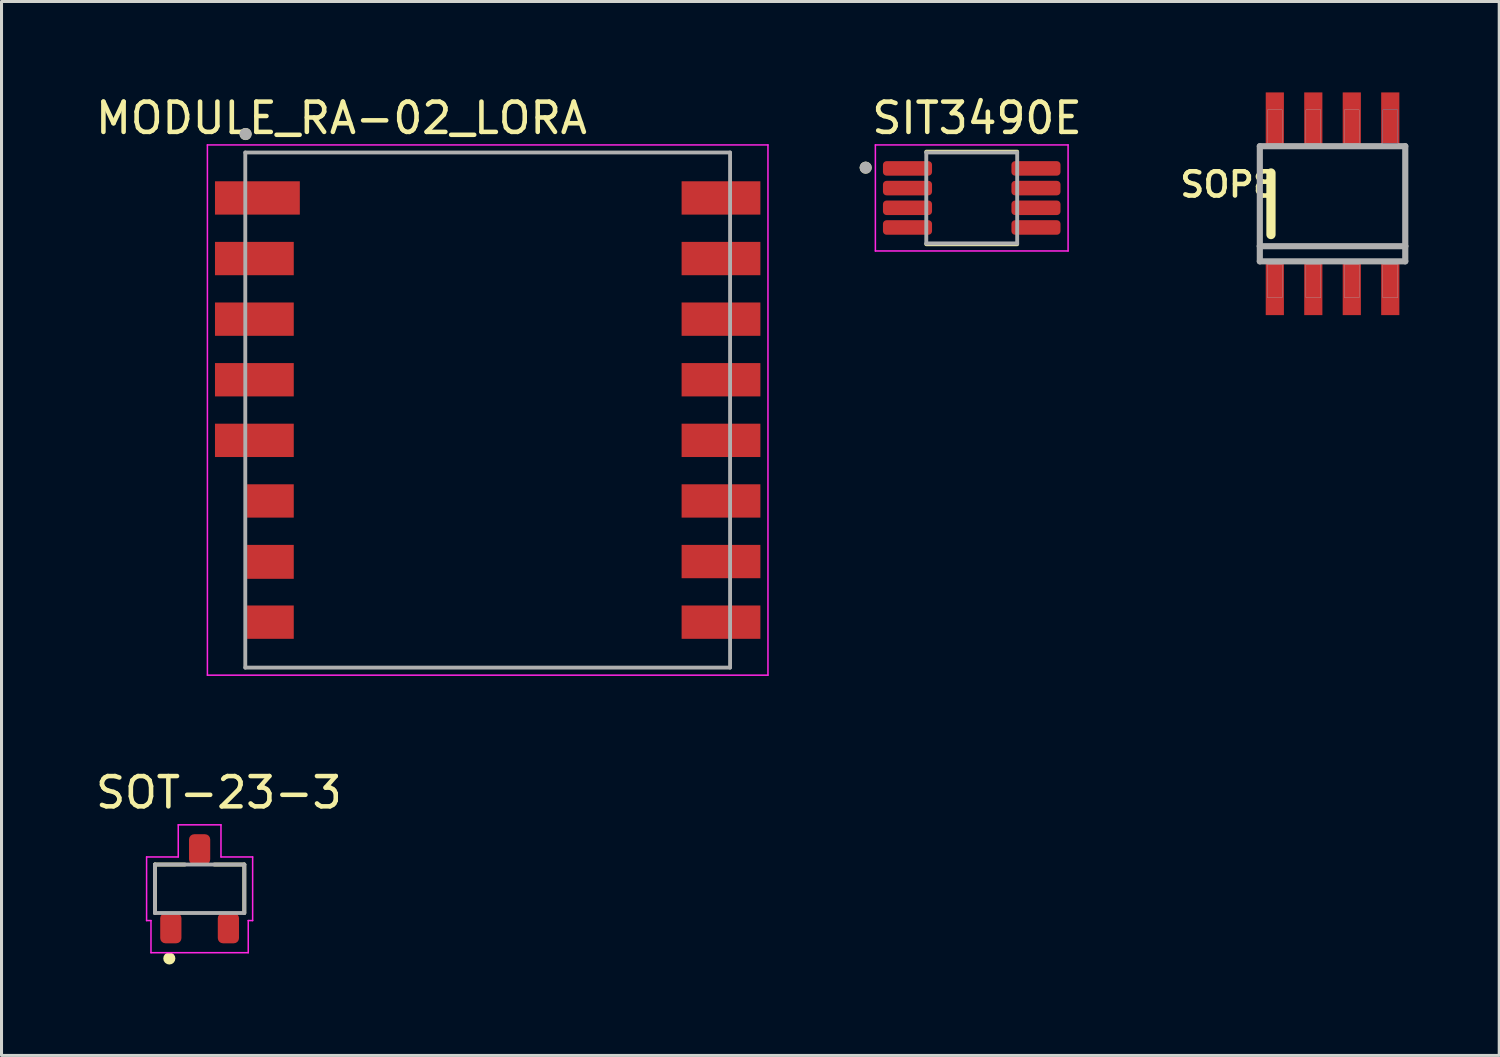
<source format=kicad_pcb>
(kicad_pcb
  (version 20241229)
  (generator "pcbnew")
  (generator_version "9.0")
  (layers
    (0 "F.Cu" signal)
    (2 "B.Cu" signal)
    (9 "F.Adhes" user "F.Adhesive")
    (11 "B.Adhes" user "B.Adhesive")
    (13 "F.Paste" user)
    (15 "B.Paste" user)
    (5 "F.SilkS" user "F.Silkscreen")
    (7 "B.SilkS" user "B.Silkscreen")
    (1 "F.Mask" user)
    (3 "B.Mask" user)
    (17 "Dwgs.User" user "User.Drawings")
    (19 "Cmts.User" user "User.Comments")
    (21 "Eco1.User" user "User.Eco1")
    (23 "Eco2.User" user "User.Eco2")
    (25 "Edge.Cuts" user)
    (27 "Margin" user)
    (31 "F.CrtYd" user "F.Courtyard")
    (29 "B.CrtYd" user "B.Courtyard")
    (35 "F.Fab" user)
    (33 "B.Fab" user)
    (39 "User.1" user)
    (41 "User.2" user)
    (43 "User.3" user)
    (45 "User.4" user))
  (footprint "SOP8"
    (layer "F.Cu")
    (at 40.928 3.675)
    (property "Reference" "SOP8" (at -3.429 -0.635 180) (layer "F.SilkS") (effects (font (size 0.8 0.8) (thickness 0.15))))
    (attr smd)
    (fp_line (start -2.032 1.016) (end -2.032 -1.016) (stroke (width 0.305) (type solid)) (layer "F.SilkS"))
    (fp_poly (pts (xy 2.15 -2) (xy 1.66 -2) (xy 1.66 -3.1) (xy 2.15 -3.1)) (stroke (width 0.01) (type solid)) (fill no) (layer "B.Fab"))
    (fp_line (start -2.4 -1.9) (end 2.4 -1.9) (stroke (width 0.203) (type solid)) (layer "F.Fab"))
    (fp_line (start -2.4 1.4) (end -2.4 -1.9) (stroke (width 0.203) (type solid)) (layer "F.Fab"))
    (fp_line (start -2.4 1.9) (end -2.4 1.4) (stroke (width 0.203) (type solid)) (layer "F.Fab"))
    (fp_line (start 2.4 -1.9) (end 2.4 1.4) (stroke (width 0.203) (type solid)) (layer "F.Fab"))
    (fp_line (start 2.4 1.4) (end -2.4 1.4) (stroke (width 0.203) (type solid)) (layer "F.Fab"))
    (fp_line (start 2.4 1.4) (end 2.4 1.9) (stroke (width 0.203) (type solid)) (layer "F.Fab"))
    (fp_line (start 2.4 1.9) (end -2.4 1.9) (stroke (width 0.203) (type solid)) (layer "F.Fab"))
    (fp_poly (pts (xy -2.15 -3.1) (xy -1.66 -3.1) (xy -1.66 -2) (xy -2.15 -2)) (stroke (width 0.01) (type solid)) (fill no) (layer "F.Fab"))
    (fp_poly (pts (xy -2.15 2) (xy -1.66 2) (xy -1.66 3.1) (xy -2.15 3.1)) (stroke (width 0.01) (type solid)) (fill no) (layer "F.Fab"))
    (fp_poly (pts (xy -0.88 -3.1) (xy -0.39 -3.1) (xy -0.39 -2) (xy -0.88 -2)) (stroke (width 0.01) (type solid)) (fill no) (layer "F.Fab"))
    (fp_poly (pts (xy -0.88 2) (xy -0.39 2) (xy -0.39 3.1) (xy -0.88 3.1)) (stroke (width 0.01) (type solid)) (fill no) (layer "F.Fab"))
    (fp_poly (pts (xy 0.39 -3.1) (xy 0.88 -3.1) (xy 0.88 -2) (xy 0.39 -2)) (stroke (width 0.01) (type solid)) (fill no) (layer "F.Fab"))
    (fp_poly (pts (xy 0.39 2) (xy 0.88 2) (xy 0.88 3.1) (xy 0.39 3.1)) (stroke (width 0.01) (type solid)) (fill no) (layer "F.Fab"))
    (fp_poly (pts (xy 1.66 -3.1) (xy 2.15 -3.1) (xy 2.15 -2) (xy 1.66 -2)) (stroke (width 0.01) (type solid)) (fill no) (layer "F.Fab"))
    (fp_poly (pts (xy 1.66 2) (xy 2.15 2) (xy 2.15 3.1) (xy 1.66 3.1)) (stroke (width 0.01) (type solid)) (fill no) (layer "F.Fab"))
    (pad "1" smd rect (at -1.905 2.8) (size 0.6 1.75) (layers "F.Cu" "F.Mask" "F.Paste"))
    (pad "2" smd rect (at -0.635 2.8) (size 0.6 1.75) (layers "F.Cu" "F.Mask" "F.Paste"))
    (pad "3" smd rect (at 0.635 2.8) (size 0.6 1.75) (layers "F.Cu" "F.Mask" "F.Paste"))
    (pad "4" smd rect (at 1.905 2.8) (size 0.6 1.75) (layers "F.Cu" "F.Mask" "F.Paste"))
    (pad "5" smd rect (at 1.905 -2.8) (size 0.6 1.75) (layers "F.Cu" "F.Mask" "F.Paste"))
    (pad "6" smd rect (at 0.635 -2.8) (size 0.6 1.75) (layers "F.Cu" "F.Mask" "F.Paste"))
    (pad "7" smd rect (at -0.635 -2.8) (size 0.6 1.75) (layers "F.Cu" "F.Mask" "F.Paste"))
    (pad "8" smd rect (at -1.905 -2.8) (size 0.6 1.75) (layers "F.Cu" "F.Mask" "F.Paste")))
  (footprint "SOT-23-3"
    (layer "F.Cu")
    (at 3.538 26.282)
    (property "Reference" "SOT-23-3" (at 0.635 -3.175 0) (layer "F.SilkS") (effects (font (size 1 1) (thickness 0.15))))
    (attr smd)
    (fp_line (start -1.475 -0.8) (end -0.485 -0.8) (stroke (width 0.127) (type solid)) (layer "F.SilkS"))
    (fp_line (start -1.475 0.8) (end -1.475 -0.8) (stroke (width 0.127) (type solid)) (layer "F.SilkS"))
    (fp_line (start 1.475 -0.8) (end 0.485 -0.8) (stroke (width 0.127) (type solid)) (layer "F.SilkS"))
    (fp_line (start 1.475 0.8) (end 1.475 -0.8) (stroke (width 0.127) (type solid)) (layer "F.SilkS"))
    (fp_circle (center -1 2.3) (end -0.9 2.3) (stroke (width 0.2) (type solid)) (fill no) (layer "F.SilkS"))
    (fp_line (start -1.75 -1.05) (end -1.75 1.05) (stroke (width 0.05) (type solid)) (layer "F.CrtYd"))
    (fp_line (start -1.75 1.05) (end -1.605 1.05) (stroke (width 0.05) (type solid)) (layer "F.CrtYd"))
    (fp_line (start -1.605 1.05) (end -1.605 2.11) (stroke (width 0.05) (type solid)) (layer "F.CrtYd"))
    (fp_line (start -1.605 2.11) (end 1.605 2.11) (stroke (width 0.05) (type solid)) (layer "F.CrtYd"))
    (fp_line (start -0.705 -2.11) (end -0.705 -1.05) (stroke (width 0.05) (type solid)) (layer "F.CrtYd"))
    (fp_line (start -0.705 -1.05) (end -1.75 -1.05) (stroke (width 0.05) (type solid)) (layer "F.CrtYd"))
    (fp_line (start 0.705 -2.11) (end -0.705 -2.11) (stroke (width 0.05) (type solid)) (layer "F.CrtYd"))
    (fp_line (start 0.705 -1.05) (end 0.705 -2.11) (stroke (width 0.05) (type solid)) (layer "F.CrtYd"))
    (fp_line (start 1.605 1.05) (end 1.75 1.05) (stroke (width 0.05) (type solid)) (layer "F.CrtYd"))
    (fp_line (start 1.605 2.11) (end 1.605 1.05) (stroke (width 0.05) (type solid)) (layer "F.CrtYd"))
    (fp_line (start 1.75 -1.05) (end 0.705 -1.05) (stroke (width 0.05) (type solid)) (layer "F.CrtYd"))
    (fp_line (start 1.75 1.05) (end 1.75 -1.05) (stroke (width 0.05) (type solid)) (layer "F.CrtYd"))
    (fp_line (start -1.475 -0.8) (end 1.475 -0.8) (stroke (width 0.127) (type solid)) (layer "F.Fab"))
    (fp_line (start -1.475 0.8) (end -1.475 -0.8) (stroke (width 0.127) (type solid)) (layer "F.Fab"))
    (fp_line (start 1.475 -0.8) (end 1.475 0.8) (stroke (width 0.127) (type solid)) (layer "F.Fab"))
    (fp_line (start 1.475 0.8) (end -1.475 0.8) (stroke (width 0.127) (type solid)) (layer "F.Fab"))
    (pad "1" smd roundrect (at -0.95 1.3) (size 0.7 1) (layers "F.Cu" "F.Mask" "F.Paste") (roundrect_rratio 0.245))
    (pad "2" smd roundrect (at 0.95 1.3) (size 0.7 1) (layers "F.Cu" "F.Mask" "F.Paste") (roundrect_rratio 0.245))
    (pad "3" smd roundrect (at 0 -1.3) (size 0.7 1) (layers "F.Cu" "F.Mask" "F.Paste") (roundrect_rratio 0.245)))
  (footprint "SIT3490E"
    (layer "F.Cu")
    (at 29.02 3.483)
    (property "Reference" "SIT3490E" (at 0.175 -2.635 0) (layer "F.SilkS") (effects (font (size 1 1) (thickness 0.15))))
    (attr smd)
    (fp_line (start -1.5 -1.528) (end 1.5 -1.528) (stroke (width 0.127) (type solid)) (layer "F.SilkS"))
    (fp_line (start -1.5 1.528) (end 1.5 1.528) (stroke (width 0.127) (type solid)) (layer "F.SilkS"))
    (fp_circle (center -3.5 -1) (end -3.4 -1) (stroke (width 0.2) (type solid)) (fill no) (layer "F.SilkS"))
    (fp_line (start -3.18 -1.75) (end 3.18 -1.75) (stroke (width 0.05) (type solid)) (layer "F.CrtYd"))
    (fp_line (start -3.18 1.75) (end -3.18 -1.75) (stroke (width 0.05) (type solid)) (layer "F.CrtYd"))
    (fp_line (start 3.18 -1.75) (end 3.18 1.75) (stroke (width 0.05) (type solid)) (layer "F.CrtYd"))
    (fp_line (start 3.18 1.75) (end -3.18 1.75) (stroke (width 0.05) (type solid)) (layer "F.CrtYd"))
    (fp_line (start -1.5 -1.5) (end 1.5 -1.5) (stroke (width 0.127) (type solid)) (layer "F.Fab"))
    (fp_line (start -1.5 1.5) (end -1.5 -1.5) (stroke (width 0.127) (type solid)) (layer "F.Fab"))
    (fp_line (start 1.5 -1.5) (end 1.5 1.5) (stroke (width 0.127) (type solid)) (layer "F.Fab"))
    (fp_line (start 1.5 1.5) (end -1.5 1.5) (stroke (width 0.127) (type solid)) (layer "F.Fab"))
    (fp_circle (center -3.5 -1) (end -3.4 -1) (stroke (width 0.2) (type solid)) (fill no) (layer "F.Fab"))
    (pad "1" smd roundrect (at -2.12 -0.975) (size 1.62 0.48) (layers "F.Cu" "F.Mask" "F.Paste") (roundrect_rratio 0.25))
    (pad "2" smd roundrect (at -2.12 -0.325) (size 1.62 0.48) (layers "F.Cu" "F.Mask" "F.Paste") (roundrect_rratio 0.25))
    (pad "3" smd roundrect (at -2.12 0.325) (size 1.62 0.48) (layers "F.Cu" "F.Mask" "F.Paste") (roundrect_rratio 0.25))
    (pad "4" smd roundrect (at -2.12 0.975) (size 1.62 0.48) (layers "F.Cu" "F.Mask" "F.Paste") (roundrect_rratio 0.25))
    (pad "5" smd roundrect (at 2.12 0.975) (size 1.62 0.48) (layers "F.Cu" "F.Mask" "F.Paste") (roundrect_rratio 0.25))
    (pad "6" smd roundrect (at 2.12 0.325) (size 1.62 0.48) (layers "F.Cu" "F.Mask" "F.Paste") (roundrect_rratio 0.25))
    (pad "7" smd roundrect (at 2.12 -0.325) (size 1.62 0.48) (layers "F.Cu" "F.Mask" "F.Paste") (roundrect_rratio 0.25))
    (pad "8" smd roundrect (at 2.12 -0.975) (size 1.62 0.48) (layers "F.Cu" "F.Mask" "F.Paste") (roundrect_rratio 0.25)))
  (footprint "MODULE_RA-02_LORA"
    (layer "F.Cu")
    (at 13.045 10.483)
    (property "Reference" "MODULE_RA-02_LORA" (at -4.825 -9.635 0) (layer "F.SilkS") (effects (font (size 1 1) (thickness 0.15))))
    (attr smd)
    (fp_circle (center -7.99 -9.11) (end -7.89 -9.11) (stroke (width 0.2) (type solid)) (fill no) (layer "F.SilkS"))
    (fp_line (start -9.25 -8.75) (end 9.25 -8.75) (stroke (width 0.05) (type solid)) (layer "F.CrtYd"))
    (fp_line (start -9.25 8.75) (end -9.25 -8.75) (stroke (width 0.05) (type solid)) (layer "F.CrtYd"))
    (fp_line (start 9.25 -8.75) (end 9.25 8.75) (stroke (width 0.05) (type solid)) (layer "F.CrtYd"))
    (fp_line (start 9.25 8.75) (end -9.25 8.75) (stroke (width 0.05) (type solid)) (layer "F.CrtYd"))
    (fp_line (start -8 -8.5) (end 8 -8.5) (stroke (width 0.127) (type solid)) (layer "F.Fab"))
    (fp_line (start -8 8.5) (end -8 -8.5) (stroke (width 0.127) (type solid)) (layer "F.Fab"))
    (fp_line (start 8 -8.5) (end 8 8.5) (stroke (width 0.127) (type solid)) (layer "F.Fab"))
    (fp_line (start 8 8.5) (end -8 8.5) (stroke (width 0.127) (type solid)) (layer "F.Fab"))
    (fp_circle (center -7.99 -9.11) (end -7.89 -9.11) (stroke (width 0.2) (type solid)) (fill no) (layer "F.Fab"))
    (pad "1" smd rect (at -7.6 -7) (size 2.8 1.1) (layers "F.Cu" "F.Mask" "F.Paste"))
    (pad "2" smd rect (at -7.7 -5) (size 2.6 1.1) (layers "F.Cu" "F.Mask" "F.Paste"))
    (pad "3" smd rect (at -7.7 -3) (size 2.6 1.1) (layers "F.Cu" "F.Mask" "F.Paste"))
    (pad "4" smd rect (at -7.7 -1) (size 2.6 1.1) (layers "F.Cu" "F.Mask" "F.Paste"))
    (pad "5" smd rect (at -7.7 1) (size 2.6 1.1) (layers "F.Cu" "F.Mask" "F.Paste"))
    (pad "6" smd rect (at -7.17 3) (size 1.54 1.1) (layers "F.Cu" "F.Mask" "F.Paste"))
    (pad "7" smd rect (at -7.17 5.01) (size 1.54 1.12) (layers "F.Cu" "F.Mask" "F.Paste"))
    (pad "8" smd rect (at -7.17 7) (size 1.54 1.1) (layers "F.Cu" "F.Mask" "F.Paste"))
    (pad "9" smd rect (at 7.7 7) (size 2.6 1.1) (layers "F.Cu" "F.Mask" "F.Paste"))
    (pad "10" smd rect (at 7.7 5) (size 2.6 1.1) (layers "F.Cu" "F.Mask" "F.Paste"))
    (pad "11" smd rect (at 7.7 3) (size 2.6 1.1) (layers "F.Cu" "F.Mask" "F.Paste"))
    (pad "12" smd rect (at 7.7 1) (size 2.6 1.1) (layers "F.Cu" "F.Mask" "F.Paste"))
    (pad "13" smd rect (at 7.7 -1) (size 2.6 1.1) (layers "F.Cu" "F.Mask" "F.Paste"))
    (pad "14" smd rect (at 7.7 -3) (size 2.6 1.1) (layers "F.Cu" "F.Mask" "F.Paste"))
    (pad "15" smd rect (at 7.7 -5) (size 2.6 1.1) (layers "F.Cu" "F.Mask" "F.Paste"))
    (pad "16" smd rect (at 7.7 -7) (size 2.6 1.1) (layers "F.Cu" "F.Mask" "F.Paste")))
  (gr_rect
    (start -3 -3)
    (end 46.429 31.782)
    (stroke (width 0.1) (type default))
    (fill no)
    (layer "Edge.Cuts")))
</source>
